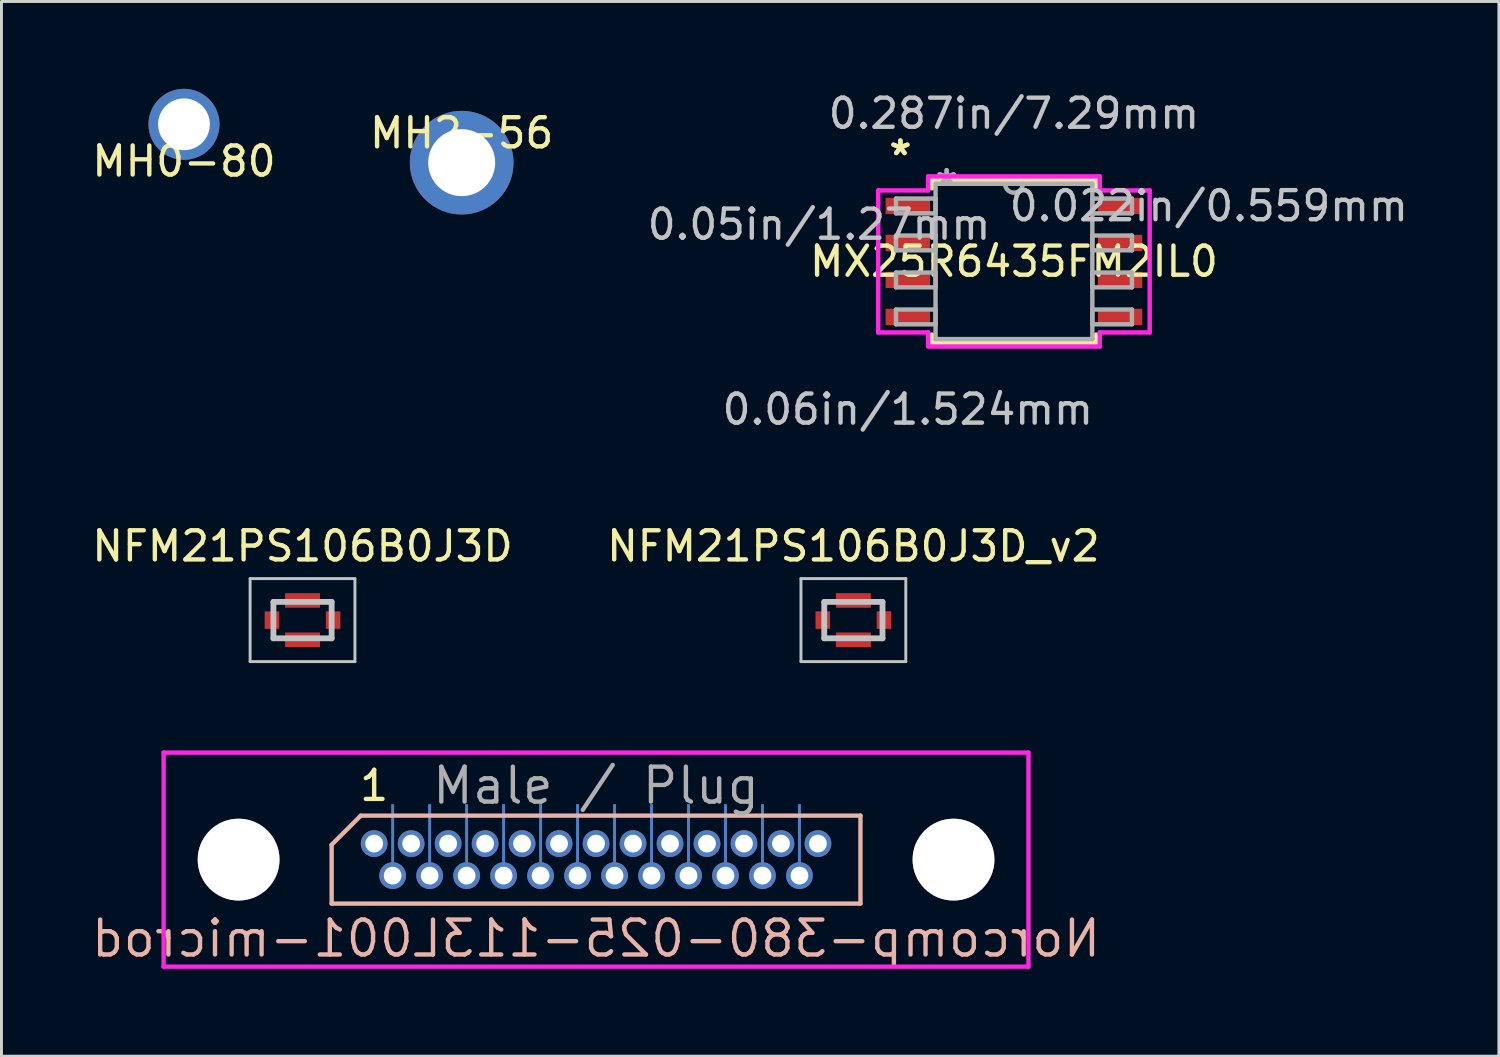
<source format=kicad_pcb>
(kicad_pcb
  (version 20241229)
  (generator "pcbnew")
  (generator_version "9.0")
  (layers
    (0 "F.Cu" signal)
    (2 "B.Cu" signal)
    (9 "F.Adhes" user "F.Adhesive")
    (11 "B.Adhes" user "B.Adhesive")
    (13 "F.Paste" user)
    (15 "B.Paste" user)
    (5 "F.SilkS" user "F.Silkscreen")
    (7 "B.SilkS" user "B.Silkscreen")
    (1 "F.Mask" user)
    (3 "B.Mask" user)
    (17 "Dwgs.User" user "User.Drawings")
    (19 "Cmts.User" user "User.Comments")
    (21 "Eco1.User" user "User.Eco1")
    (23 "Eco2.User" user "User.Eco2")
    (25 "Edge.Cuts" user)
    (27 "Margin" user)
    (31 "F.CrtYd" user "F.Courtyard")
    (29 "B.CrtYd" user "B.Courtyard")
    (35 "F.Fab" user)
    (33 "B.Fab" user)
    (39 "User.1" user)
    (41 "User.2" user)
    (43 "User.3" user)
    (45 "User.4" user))
  (footprint "MX25R6435FM2IL0"
    (layer "F.Cu")
    (at 31.77 5.928)
    (property "Reference" "MX25R6435FM2IL0" (at 0 0 0) (layer "F.SilkS") (effects (font (size 1 1) (thickness 0.15))))
    (attr through_hole)
    (fp_line (start -2.819 -2.794) (end -2.819 -2.511) (stroke (width 0.152) (type solid)) (layer "F.SilkS"))
    (fp_line (start -2.819 2.511) (end -2.819 2.794) (stroke (width 0.152) (type solid)) (layer "F.SilkS"))
    (fp_line (start -2.819 2.794) (end 2.819 2.794) (stroke (width 0.152) (type solid)) (layer "F.SilkS"))
    (fp_line (start 2.819 -2.794) (end -2.819 -2.794) (stroke (width 0.152) (type solid)) (layer "F.SilkS"))
    (fp_line (start 2.819 -2.511) (end 2.819 -2.794) (stroke (width 0.152) (type solid)) (layer "F.SilkS"))
    (fp_line (start 2.819 2.794) (end 2.819 2.511) (stroke (width 0.152) (type solid)) (layer "F.SilkS"))
    (fp_line (start -4.661 -2.438) (end -2.946 -2.438) (stroke (width 0.152) (type solid)) (layer "F.CrtYd"))
    (fp_line (start -4.661 2.438) (end -4.661 -2.438) (stroke (width 0.152) (type solid)) (layer "F.CrtYd"))
    (fp_line (start -2.946 -2.921) (end 2.946 -2.921) (stroke (width 0.152) (type solid)) (layer "F.CrtYd"))
    (fp_line (start -2.946 -2.438) (end -2.946 -2.921) (stroke (width 0.152) (type solid)) (layer "F.CrtYd"))
    (fp_line (start -2.946 2.438) (end -4.661 2.438) (stroke (width 0.152) (type solid)) (layer "F.CrtYd"))
    (fp_line (start -2.946 2.921) (end -2.946 2.438) (stroke (width 0.152) (type solid)) (layer "F.CrtYd"))
    (fp_line (start 2.946 -2.921) (end 2.946 -2.438) (stroke (width 0.152) (type solid)) (layer "F.CrtYd"))
    (fp_line (start 2.946 -2.438) (end 4.661 -2.438) (stroke (width 0.152) (type solid)) (layer "F.CrtYd"))
    (fp_line (start 2.946 2.438) (end 2.946 2.921) (stroke (width 0.152) (type solid)) (layer "F.CrtYd"))
    (fp_line (start 2.946 2.921) (end -2.946 2.921) (stroke (width 0.152) (type solid)) (layer "F.CrtYd"))
    (fp_line (start 4.661 -2.438) (end 4.661 2.438) (stroke (width 0.152) (type solid)) (layer "F.CrtYd"))
    (fp_line (start 4.661 2.438) (end 2.946 2.438) (stroke (width 0.152) (type solid)) (layer "F.CrtYd"))
    (fp_line (start -4.051 -2.159) (end -4.051 -1.651) (stroke (width 0.152) (type solid)) (layer "F.Fab"))
    (fp_line (start -4.051 -1.651) (end -2.692 -1.651) (stroke (width 0.152) (type solid)) (layer "F.Fab"))
    (fp_line (start -4.051 -0.889) (end -4.051 -0.381) (stroke (width 0.152) (type solid)) (layer "F.Fab"))
    (fp_line (start -4.051 -0.381) (end -2.692 -0.381) (stroke (width 0.152) (type solid)) (layer "F.Fab"))
    (fp_line (start -4.051 0.381) (end -4.051 0.889) (stroke (width 0.152) (type solid)) (layer "F.Fab"))
    (fp_line (start -4.051 0.889) (end -2.692 0.889) (stroke (width 0.152) (type solid)) (layer "F.Fab"))
    (fp_line (start -4.051 1.651) (end -4.051 2.159) (stroke (width 0.152) (type solid)) (layer "F.Fab"))
    (fp_line (start -4.051 2.159) (end -2.692 2.159) (stroke (width 0.152) (type solid)) (layer "F.Fab"))
    (fp_line (start -2.692 -2.667) (end -2.692 2.667) (stroke (width 0.152) (type solid)) (layer "F.Fab"))
    (fp_line (start -2.692 -2.159) (end -4.051 -2.159) (stroke (width 0.152) (type solid)) (layer "F.Fab"))
    (fp_line (start -2.692 -1.651) (end -2.692 -2.159) (stroke (width 0.152) (type solid)) (layer "F.Fab"))
    (fp_line (start -2.692 -0.889) (end -4.051 -0.889) (stroke (width 0.152) (type solid)) (layer "F.Fab"))
    (fp_line (start -2.692 -0.381) (end -2.692 -0.889) (stroke (width 0.152) (type solid)) (layer "F.Fab"))
    (fp_line (start -2.692 0.381) (end -4.051 0.381) (stroke (width 0.152) (type solid)) (layer "F.Fab"))
    (fp_line (start -2.692 0.889) (end -2.692 0.381) (stroke (width 0.152) (type solid)) (layer "F.Fab"))
    (fp_line (start -2.692 1.651) (end -4.051 1.651) (stroke (width 0.152) (type solid)) (layer "F.Fab"))
    (fp_line (start -2.692 2.159) (end -2.692 1.651) (stroke (width 0.152) (type solid)) (layer "F.Fab"))
    (fp_line (start -2.692 2.667) (end 2.692 2.667) (stroke (width 0.152) (type solid)) (layer "F.Fab"))
    (fp_line (start 2.692 -2.667) (end -2.692 -2.667) (stroke (width 0.152) (type solid)) (layer "F.Fab"))
    (fp_line (start 2.692 -2.159) (end 2.692 -1.651) (stroke (width 0.152) (type solid)) (layer "F.Fab"))
    (fp_line (start 2.692 -1.651) (end 4.051 -1.651) (stroke (width 0.152) (type solid)) (layer "F.Fab"))
    (fp_line (start 2.692 -0.889) (end 2.692 -0.381) (stroke (width 0.152) (type solid)) (layer "F.Fab"))
    (fp_line (start 2.692 -0.381) (end 4.051 -0.381) (stroke (width 0.152) (type solid)) (layer "F.Fab"))
    (fp_line (start 2.692 0.381) (end 2.692 0.889) (stroke (width 0.152) (type solid)) (layer "F.Fab"))
    (fp_line (start 2.692 0.889) (end 4.051 0.889) (stroke (width 0.152) (type solid)) (layer "F.Fab"))
    (fp_line (start 2.692 1.651) (end 2.692 2.159) (stroke (width 0.152) (type solid)) (layer "F.Fab"))
    (fp_line (start 2.692 2.159) (end 4.051 2.159) (stroke (width 0.152) (type solid)) (layer "F.Fab"))
    (fp_line (start 2.692 2.667) (end 2.692 -2.667) (stroke (width 0.152) (type solid)) (layer "F.Fab"))
    (fp_line (start 4.051 -2.159) (end 2.692 -2.159) (stroke (width 0.152) (type solid)) (layer "F.Fab"))
    (fp_line (start 4.051 -1.651) (end 4.051 -2.159) (stroke (width 0.152) (type solid)) (layer "F.Fab"))
    (fp_line (start 4.051 -0.889) (end 2.692 -0.889) (stroke (width 0.152) (type solid)) (layer "F.Fab"))
    (fp_line (start 4.051 -0.381) (end 4.051 -0.889) (stroke (width 0.152) (type solid)) (layer "F.Fab"))
    (fp_line (start 4.051 0.381) (end 2.692 0.381) (stroke (width 0.152) (type solid)) (layer "F.Fab"))
    (fp_line (start 4.051 0.889) (end 4.051 0.381) (stroke (width 0.152) (type solid)) (layer "F.Fab"))
    (fp_line (start 4.051 1.651) (end 2.692 1.651) (stroke (width 0.152) (type solid)) (layer "F.Fab"))
    (fp_line (start 4.051 2.159) (end 4.051 1.651) (stroke (width 0.152) (type solid)) (layer "F.Fab"))
    (fp_arc (start 0.3048 -2.667) (mid 0 -2.3622) (end -0.3048 -2.667) (stroke (width 0.1524) (type solid)) (layer "F.Fab"))
    (fp_text user "*" (at -3.899 -3.607 0) (layer "F.SilkS") (effects (font (size 1 1) (thickness 0.15))))
    (fp_text user "*" (at -3.899 -3.607 0) (layer "F.SilkS") (effects (font (size 1 1) (thickness 0.15))))
    (fp_text user "0.05in/1.27mm" (at -6.693 -1.27 0) (layer "Dwgs.User") (effects (font (size 1 1) (thickness 0.15))))
    (fp_text user "0.022in/0.559mm" (at 6.693 -1.905 0) (layer "Dwgs.User") (effects (font (size 1 1) (thickness 0.15))))
    (fp_text user "0.06in/1.524mm" (at -3.645 5.08 0) (layer "Dwgs.User") (effects (font (size 1 1) (thickness 0.15))))
    (fp_text user "0.287in/7.29mm" (at 0 -5.08 0) (layer "Dwgs.User") (effects (font (size 1 1) (thickness 0.15))))
    (fp_text user "Copyright 2016 Accelerated Designs. All rights reserved." (at 0 0 0) (layer "Cmts.User") (effects (font (size 0.127 0.127) (thickness 0.002))))
    (fp_text user "*" (at -2.311 -2.591 0) (layer "F.Fab") (effects (font (size 1 1) (thickness 0.15))))
    (fp_text user "*" (at -2.311 -2.591 0) (layer "F.Fab") (effects (font (size 1 1) (thickness 0.15))))
    (pad "1" smd rect (at -3.645 -1.905) (size 1.524 0.559) (layers "F.Cu" "F.Mask" "F.Paste"))
    (pad "2" smd rect (at -3.645 -0.635) (size 1.524 0.559) (layers "F.Cu" "F.Mask" "F.Paste"))
    (pad "3" smd rect (at -3.645 0.635) (size 1.524 0.559) (layers "F.Cu" "F.Mask" "F.Paste"))
    (pad "4" smd rect (at -3.645 1.905) (size 1.524 0.559) (layers "F.Cu" "F.Mask" "F.Paste"))
    (pad "5" smd rect (at 3.645 1.905) (size 1.524 0.559) (layers "F.Cu" "F.Mask" "F.Paste"))
    (pad "6" smd rect (at 3.645 0.635) (size 1.524 0.559) (layers "F.Cu" "F.Mask" "F.Paste"))
    (pad "7" smd rect (at 3.645 -0.635) (size 1.524 0.559) (layers "F.Cu" "F.Mask" "F.Paste"))
    (pad "8" smd rect (at 3.645 -1.905) (size 1.524 0.559) (layers "F.Cu" "F.Mask" "F.Paste")))
  (footprint "NFM21PS106B0J3D_v2"
    (layer "F.Cu")
    (at 26.256 18.245)
    (property "Reference" "NFM21PS106B0J3D_v2" (at 0 -2.54 0) (layer "F.SilkS") (effects (font (size 1 1) (thickness 0.15))))
    (attr smd)
    (fp_line (start -1 -0.625) (end -0.8 -0.625) (stroke (width 0.1) (type solid)) (layer "F.SilkS"))
    (fp_line (start -1 -0.6) (end -1 -0.625) (stroke (width 0.1) (type solid)) (layer "F.SilkS"))
    (fp_line (start -1 -0.5) (end -1 -0.6) (stroke (width 0.1) (type solid)) (layer "F.SilkS"))
    (fp_line (start -1 0.5) (end -1 0.625) (stroke (width 0.1) (type solid)) (layer "F.SilkS"))
    (fp_line (start -1 0.625) (end -0.8 0.625) (stroke (width 0.1) (type solid)) (layer "F.SilkS"))
    (fp_line (start 0.8 0.625) (end 1 0.625) (stroke (width 0.1) (type solid)) (layer "F.SilkS"))
    (fp_line (start 1 -0.625) (end 0.8 -0.625) (stroke (width 0.1) (type solid)) (layer "F.SilkS"))
    (fp_line (start 1 -0.5) (end 1 -0.625) (stroke (width 0.1) (type solid)) (layer "F.SilkS"))
    (fp_line (start 1 0.625) (end 1 0.5) (stroke (width 0.1) (type solid)) (layer "F.SilkS"))
    (fp_line (start -1.8 -1.425) (end 1.8 -1.425) (stroke (width 0.1) (type solid)) (layer "Dwgs.User"))
    (fp_line (start -1.8 1.425) (end -1.8 -1.425) (stroke (width 0.1) (type solid)) (layer "Dwgs.User"))
    (fp_line (start -1 -0.625) (end 1 -0.625) (stroke (width 0.2) (type solid)) (layer "Dwgs.User"))
    (fp_line (start -1 0.625) (end -1 -0.625) (stroke (width 0.2) (type solid)) (layer "Dwgs.User"))
    (fp_line (start 1 -0.625) (end 1 0.625) (stroke (width 0.2) (type solid)) (layer "Dwgs.User"))
    (fp_line (start 1 0.625) (end -1 0.625) (stroke (width 0.2) (type solid)) (layer "Dwgs.User"))
    (fp_line (start 1.8 -1.425) (end 1.8 1.425) (stroke (width 0.1) (type solid)) (layer "Dwgs.User"))
    (fp_line (start 1.8 1.425) (end -1.8 1.425) (stroke (width 0.1) (type solid)) (layer "Dwgs.User"))
    (pad "1" smd rect (at -1.05 0) (size 0.5 0.6) (layers "F.Cu" "F.Mask" "F.Paste"))
    (pad "2" smd rect (at 0 -0.675 90) (size 0.5 1.2) (layers "F.Cu" "F.Mask" "F.Paste"))
    (pad "2" smd rect (at 0 0.675 90) (size 0.5 1.2) (layers "F.Cu" "F.Mask" "F.Paste"))
    (pad "3" smd rect (at 1.05 0) (size 0.5 0.6) (layers "F.Cu" "F.Mask" "F.Paste")))
  (footprint "Norcomp-380-025-113L001-microd"
    (layer "F.Cu")
    (at 17.419 26.47)
    (property "Reference" "Norcomp-380-025-113L001-microd" (at 0 2.71 0) (layer "B.SilkS") (effects (font (size 1.2 1.2) (thickness 0.15)) (justify mirror)))
    (attr through_hole)
    (fp_line (start -9.08 -0.51) (end -9.08 1.51) (stroke (width 0.15) (type solid)) (layer "B.SilkS"))
    (fp_line (start -9.08 1.51) (end 9.08 1.51) (stroke (width 0.15) (type solid)) (layer "B.SilkS"))
    (fp_line (start -8.08 -1.51) (end -9.08 -0.51) (stroke (width 0.15) (type solid)) (layer "B.SilkS"))
    (fp_line (start 9.08 -1.51) (end -8.08 -1.51) (stroke (width 0.15) (type solid)) (layer "B.SilkS"))
    (fp_line (start 9.08 1.51) (end 9.08 -1.51) (stroke (width 0.15) (type solid)) (layer "B.SilkS"))
    (fp_line (start -14.85 -3.675) (end -14.85 3.675) (stroke (width 0.15) (type solid)) (layer "F.CrtYd"))
    (fp_line (start -14.85 3.675) (end 14.85 3.675) (stroke (width 0.15) (type solid)) (layer "F.CrtYd"))
    (fp_line (start 14.85 -3.675) (end -14.85 -3.675) (stroke (width 0.15) (type solid)) (layer "F.CrtYd"))
    (fp_line (start 14.85 3.675) (end 14.85 -3.675) (stroke (width 0.15) (type solid)) (layer "F.CrtYd"))
    (fp_text user "1" (at -7.62 -2.54 0) (layer "F.SilkS") (effects (font (size 1 1) (thickness 0.15))))
    (fp_text user "Male / Plug" (at 0 -2.54 0) (layer "F.Fab") (effects (font (size 1.2 1.2) (thickness 0.15))))
    (pad "1" thru_hole oval (at -7.62 -0.55) (size 0.92 0.92) (drill 0.61) (layers "*.Cu" "*.Mask"))
    (pad "2" thru_hole oval (at -6.35 -0.55) (size 0.92 0.92) (drill 0.61) (layers "*.Cu" "*.Mask"))
    (pad "3" thru_hole oval (at -5.08 -0.55) (size 0.92 0.92) (drill 0.61) (layers "*.Cu" "*.Mask"))
    (pad "4" thru_hole oval (at -3.81 -0.55) (size 0.92 0.92) (drill 0.61) (layers "*.Cu" "*.Mask"))
    (pad "5" thru_hole oval (at -2.54 -0.55) (size 0.92 0.92) (drill 0.61) (layers "*.Cu" "*.Mask"))
    (pad "6" thru_hole oval (at -1.27 -0.55) (size 0.92 0.92) (drill 0.61) (layers "*.Cu" "*.Mask"))
    (pad "7" thru_hole oval (at 0 -0.55) (size 0.92 0.92) (drill 0.61) (layers "*.Cu" "*.Mask"))
    (pad "8" thru_hole oval (at 1.27 -0.55) (size 0.92 0.92) (drill 0.61) (layers "*.Cu" "*.Mask"))
    (pad "9" thru_hole oval (at 2.54 -0.55) (size 0.92 0.92) (drill 0.61) (layers "*.Cu" "*.Mask"))
    (pad "10" thru_hole oval (at 3.81 -0.55) (size 0.92 0.92) (drill 0.61) (layers "*.Cu" "*.Mask"))
    (pad "11" thru_hole oval (at 5.08 -0.55) (size 0.92 0.92) (drill 0.61) (layers "*.Cu" "*.Mask"))
    (pad "12" thru_hole oval (at 6.35 -0.55) (size 0.92 0.92) (drill 0.61) (layers "*.Cu" "*.Mask"))
    (pad "13" thru_hole oval (at 7.62 -0.55) (size 0.92 0.92) (drill 0.61) (layers "*.Cu" "*.Mask"))
    (pad "14" smd rect (at -6.985 -0.635) (size 0.102 2.54) (layers "B.Cu" "B.Mask" "B.Paste"))
    (pad "14" thru_hole oval (at -6.985 0.55) (size 0.92 0.92) (drill 0.61) (layers "*.Cu" "*.Mask"))
    (pad "15" smd rect (at -5.715 -0.635) (size 0.102 2.54) (layers "B.Cu" "B.Mask" "B.Paste"))
    (pad "15" thru_hole oval (at -5.715 0.55) (size 0.92 0.92) (drill 0.61) (layers "*.Cu" "*.Mask"))
    (pad "16" smd rect (at -4.445 -0.635) (size 0.102 2.54) (layers "B.Cu" "B.Mask" "B.Paste"))
    (pad "16" thru_hole oval (at -4.445 0.55) (size 0.92 0.92) (drill 0.61) (layers "*.Cu" "*.Mask"))
    (pad "17" smd rect (at -3.175 -0.635) (size 0.102 2.54) (layers "B.Cu" "B.Mask" "B.Paste"))
    (pad "17" thru_hole oval (at -3.175 0.55) (size 0.92 0.92) (drill 0.61) (layers "*.Cu" "*.Mask"))
    (pad "18" smd rect (at -1.905 -0.635) (size 0.102 2.54) (layers "B.Cu" "B.Mask" "B.Paste"))
    (pad "18" thru_hole oval (at -1.905 0.55) (size 0.92 0.92) (drill 0.61) (layers "*.Cu" "*.Mask"))
    (pad "19" smd rect (at -0.635 -0.635) (size 0.102 2.54) (layers "B.Cu" "B.Mask" "B.Paste"))
    (pad "19" thru_hole oval (at -0.635 0.55) (size 0.92 0.92) (drill 0.61) (layers "*.Cu" "*.Mask"))
    (pad "20" smd rect (at 0.635 -0.635) (size 0.102 2.54) (layers "B.Cu" "B.Mask" "B.Paste"))
    (pad "20" thru_hole oval (at 0.635 0.55) (size 0.92 0.92) (drill 0.61) (layers "*.Cu" "*.Mask"))
    (pad "21" smd rect (at 1.905 -0.635) (size 0.102 2.54) (layers "B.Cu" "B.Mask" "B.Paste"))
    (pad "21" thru_hole oval (at 1.905 0.55) (size 0.92 0.92) (drill 0.61) (layers "*.Cu" "*.Mask"))
    (pad "22" smd rect (at 3.175 -0.635) (size 0.102 2.54) (layers "B.Cu" "B.Mask" "B.Paste"))
    (pad "22" thru_hole oval (at 3.175 0.55) (size 0.92 0.92) (drill 0.61) (layers "*.Cu" "*.Mask"))
    (pad "23" smd rect (at 4.445 -0.635) (size 0.102 2.54) (layers "B.Cu" "B.Mask" "B.Paste"))
    (pad "23" thru_hole oval (at 4.445 0.55) (size 0.92 0.92) (drill 0.61) (layers "*.Cu" "*.Mask"))
    (pad "24" smd rect (at 5.715 -0.635) (size 0.102 2.54) (layers "B.Cu" "B.Mask" "B.Paste"))
    (pad "24" thru_hole oval (at 5.715 0.55) (size 0.92 0.92) (drill 0.61) (layers "*.Cu" "*.Mask"))
    (pad "25" smd rect (at 6.985 -0.635) (size 0.102 2.54) (layers "B.Cu" "B.Mask" "B.Paste"))
    (pad "25" thru_hole oval (at 6.985 0.55) (size 0.92 0.92) (drill 0.61) (layers "*.Cu" "*.Mask"))
    (pad "26" thru_hole oval (at 12.275 0) (size 2.81 2.81) (drill 2.81) (layers "*.Cu" "*.Mask"))
    (pad "27" thru_hole oval (at -12.275 0) (size 2.81 2.81) (drill 2.81) (layers "*.Cu" "*.Mask")))
  (footprint "MH2-56"
    (layer "F.Cu")
    (at 12.804 0.25)
    (property "Reference" "MH2-56" (at 0 1.27 0) (layer "F.SilkS") (effects (font (size 1 1) (thickness 0.15))))
    (attr through_hole)
    (pad "MH" thru_hole circle (at 0 2.286) (size 3.56 3.56) (drill 2.3) (layers "*.Cu" "*.Mask")))
  (footprint "NFM21PS106B0J3D"
    (layer "F.Cu")
    (at 7.339 18.245)
    (property "Reference" "NFM21PS106B0J3D" (at 0 -2.54 0) (layer "F.SilkS") (effects (font (size 1 1) (thickness 0.15))))
    (attr smd)
    (fp_line (start -1 -0.625) (end -0.8 -0.625) (stroke (width 0.1) (type solid)) (layer "F.SilkS"))
    (fp_line (start -1 -0.6) (end -1 -0.625) (stroke (width 0.1) (type solid)) (layer "F.SilkS"))
    (fp_line (start -1 -0.5) (end -1 -0.6) (stroke (width 0.1) (type solid)) (layer "F.SilkS"))
    (fp_line (start -1 0.5) (end -1 0.625) (stroke (width 0.1) (type solid)) (layer "F.SilkS"))
    (fp_line (start -1 0.625) (end -0.8 0.625) (stroke (width 0.1) (type solid)) (layer "F.SilkS"))
    (fp_line (start 0.8 0.625) (end 1 0.625) (stroke (width 0.1) (type solid)) (layer "F.SilkS"))
    (fp_line (start 1 -0.625) (end 0.8 -0.625) (stroke (width 0.1) (type solid)) (layer "F.SilkS"))
    (fp_line (start 1 -0.5) (end 1 -0.625) (stroke (width 0.1) (type solid)) (layer "F.SilkS"))
    (fp_line (start 1 0.625) (end 1 0.5) (stroke (width 0.1) (type solid)) (layer "F.SilkS"))
    (fp_line (start -1.8 -1.425) (end 1.8 -1.425) (stroke (width 0.1) (type solid)) (layer "Dwgs.User"))
    (fp_line (start -1.8 1.425) (end -1.8 -1.425) (stroke (width 0.1) (type solid)) (layer "Dwgs.User"))
    (fp_line (start -1 -0.625) (end 1 -0.625) (stroke (width 0.2) (type solid)) (layer "Dwgs.User"))
    (fp_line (start -1 0.625) (end -1 -0.625) (stroke (width 0.2) (type solid)) (layer "Dwgs.User"))
    (fp_line (start 1 -0.625) (end 1 0.625) (stroke (width 0.2) (type solid)) (layer "Dwgs.User"))
    (fp_line (start 1 0.625) (end -1 0.625) (stroke (width 0.2) (type solid)) (layer "Dwgs.User"))
    (fp_line (start 1.8 -1.425) (end 1.8 1.425) (stroke (width 0.1) (type solid)) (layer "Dwgs.User"))
    (fp_line (start 1.8 1.425) (end -1.8 1.425) (stroke (width 0.1) (type solid)) (layer "Dwgs.User"))
    (pad "1" smd rect (at -1.05 0) (size 0.5 0.6) (layers "F.Cu" "F.Mask" "F.Paste"))
    (pad "2" smd rect (at 0 0.675 90) (size 0.5 1.2) (layers "F.Cu" "F.Mask" "F.Paste"))
    (pad "3" smd rect (at 0 -0.675 90) (size 0.5 1.2) (layers "F.Cu" "F.Mask" "F.Paste"))
    (pad "4" smd rect (at 1.05 0) (size 0.5 0.6) (layers "F.Cu" "F.Mask" "F.Paste")))
  (footprint "MH0-80"
    (layer "F.Cu")
    (at 3.268 1.219)
    (property "Reference" "MH0-80" (at 0 1.27 0) (layer "F.SilkS") (effects (font (size 1 1) (thickness 0.15))))
    (attr through_hole)
    (pad "MH" thru_hole circle (at 0 0) (size 2.438 2.438) (drill 1.778) (layers "*.Cu" "*.Mask")))
  (gr_rect
    (start -3 -3)
    (end 48.422 33.22)
    (stroke (width 0.1) (type default))
    (fill no)
    (layer "Edge.Cuts")))
</source>
